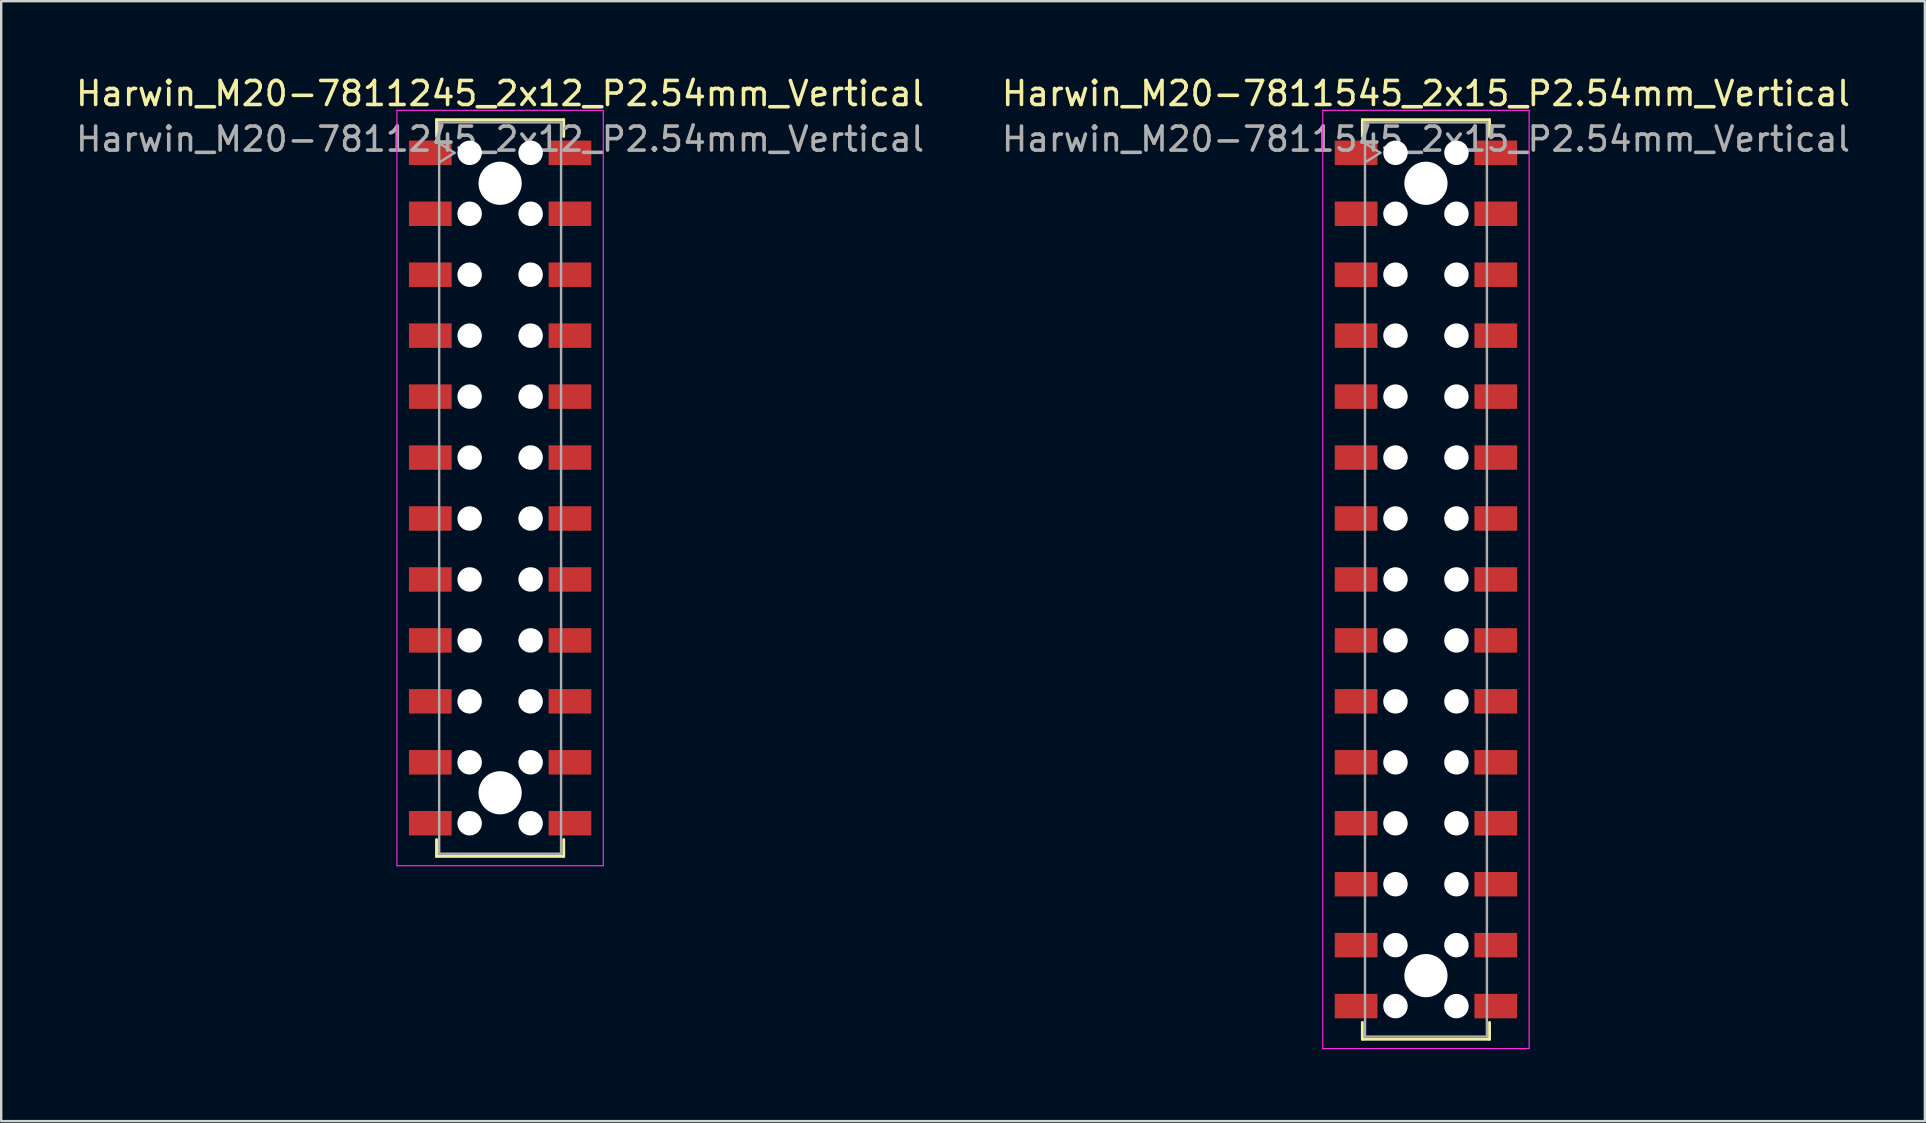
<source format=kicad_pcb>
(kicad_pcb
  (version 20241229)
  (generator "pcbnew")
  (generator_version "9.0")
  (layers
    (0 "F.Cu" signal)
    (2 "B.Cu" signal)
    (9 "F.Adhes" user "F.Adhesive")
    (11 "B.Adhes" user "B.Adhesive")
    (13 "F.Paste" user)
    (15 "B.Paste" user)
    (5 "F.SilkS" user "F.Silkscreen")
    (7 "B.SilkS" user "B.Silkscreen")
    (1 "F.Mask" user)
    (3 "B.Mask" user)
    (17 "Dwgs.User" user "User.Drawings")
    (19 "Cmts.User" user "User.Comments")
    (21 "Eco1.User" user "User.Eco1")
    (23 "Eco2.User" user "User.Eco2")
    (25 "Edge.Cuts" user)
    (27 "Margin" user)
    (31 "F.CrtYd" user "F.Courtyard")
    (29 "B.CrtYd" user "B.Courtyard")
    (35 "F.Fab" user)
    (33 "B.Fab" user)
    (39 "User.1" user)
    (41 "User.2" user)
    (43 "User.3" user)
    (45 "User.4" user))
  (footprint "Harwin_M20-7811245_2x12_P2.54mm_Vertical"
    (layer "F.Cu")
    (at 17.792 17.288)
    (property "Reference" "Harwin_M20-7811245_2x12_P2.54mm_Vertical" (at 0 -16.44 0) (layer "F.SilkS") (effects (font (size 1 1) (thickness 0.15))))
    (attr smd)
    (fp_line (start -2.65 -15.35) (end 2.65 -15.35) (stroke (width 0.12) (type solid)) (layer "F.SilkS"))
    (fp_line (start -2.65 -14.65) (end -2.65 -15.35) (stroke (width 0.12) (type solid)) (layer "F.SilkS"))
    (fp_line (start -2.65 14.65) (end -2.65 15.35) (stroke (width 0.12) (type solid)) (layer "F.SilkS"))
    (fp_line (start -2.65 15.35) (end 2.65 15.35) (stroke (width 0.12) (type solid)) (layer "F.SilkS"))
    (fp_line (start 2.65 -15.35) (end 2.65 -14.65) (stroke (width 0.12) (type solid)) (layer "F.SilkS"))
    (fp_line (start 2.65 15.35) (end 2.65 14.65) (stroke (width 0.12) (type solid)) (layer "F.SilkS"))
    (fp_line (start -4.3 -15.74) (end 4.3 -15.74) (stroke (width 0.05) (type solid)) (layer "F.CrtYd"))
    (fp_line (start -4.3 15.74) (end -4.3 -15.74) (stroke (width 0.05) (type solid)) (layer "F.CrtYd"))
    (fp_line (start 4.3 -15.74) (end 4.3 15.74) (stroke (width 0.05) (type solid)) (layer "F.CrtYd"))
    (fp_line (start 4.3 15.74) (end -4.3 15.74) (stroke (width 0.05) (type solid)) (layer "F.CrtYd"))
    (fp_line (start -2.54 -15.24) (end 2.54 -15.24) (stroke (width 0.1) (type solid)) (layer "F.Fab"))
    (fp_line (start -2.54 -14.37) (end -1.9 -13.97) (stroke (width 0.1) (type solid)) (layer "F.Fab"))
    (fp_line (start -2.54 15.24) (end -2.54 -15.24) (stroke (width 0.1) (type solid)) (layer "F.Fab"))
    (fp_line (start -1.9 -13.97) (end -2.54 -13.57) (stroke (width 0.1) (type solid)) (layer "F.Fab"))
    (fp_line (start 2.54 -15.24) (end 2.54 15.24) (stroke (width 0.1) (type solid)) (layer "F.Fab"))
    (fp_line (start 2.54 15.24) (end -2.54 15.24) (stroke (width 0.1) (type solid)) (layer "F.Fab"))
    (fp_text user "${REFERENCE}" (at 0 -14.54 0) (layer "F.Fab") (effects (font (size 1 1) (thickness 0.15))))
    (pad "" np_thru_hole circle (at -1.27 -13.97) (size 1.02 1.02) (drill 1.02) (layers "*.Cu" "*.Mask"))
    (pad "" np_thru_hole circle (at -1.27 -11.43) (size 1.02 1.02) (drill 1.02) (layers "*.Cu" "*.Mask"))
    (pad "" np_thru_hole circle (at -1.27 -8.89) (size 1.02 1.02) (drill 1.02) (layers "*.Cu" "*.Mask"))
    (pad "" np_thru_hole circle (at -1.27 -6.35) (size 1.02 1.02) (drill 1.02) (layers "*.Cu" "*.Mask"))
    (pad "" np_thru_hole circle (at -1.27 -3.81) (size 1.02 1.02) (drill 1.02) (layers "*.Cu" "*.Mask"))
    (pad "" np_thru_hole circle (at -1.27 -1.27) (size 1.02 1.02) (drill 1.02) (layers "*.Cu" "*.Mask"))
    (pad "" np_thru_hole circle (at -1.27 1.27) (size 1.02 1.02) (drill 1.02) (layers "*.Cu" "*.Mask"))
    (pad "" np_thru_hole circle (at -1.27 3.81) (size 1.02 1.02) (drill 1.02) (layers "*.Cu" "*.Mask"))
    (pad "" np_thru_hole circle (at -1.27 6.35) (size 1.02 1.02) (drill 1.02) (layers "*.Cu" "*.Mask"))
    (pad "" np_thru_hole circle (at -1.27 8.89) (size 1.02 1.02) (drill 1.02) (layers "*.Cu" "*.Mask"))
    (pad "" np_thru_hole circle (at -1.27 11.43) (size 1.02 1.02) (drill 1.02) (layers "*.Cu" "*.Mask"))
    (pad "" np_thru_hole circle (at -1.27 13.97) (size 1.02 1.02) (drill 1.02) (layers "*.Cu" "*.Mask"))
    (pad "" np_thru_hole circle (at 0 -12.7) (size 1.8 1.8) (drill 1.8) (layers "*.Cu" "*.Mask"))
    (pad "" np_thru_hole circle (at 0 12.7) (size 1.8 1.8) (drill 1.8) (layers "*.Cu" "*.Mask"))
    (pad "" np_thru_hole circle (at 1.27 -13.97) (size 1.02 1.02) (drill 1.02) (layers "*.Cu" "*.Mask"))
    (pad "" np_thru_hole circle (at 1.27 -11.43) (size 1.02 1.02) (drill 1.02) (layers "*.Cu" "*.Mask"))
    (pad "" np_thru_hole circle (at 1.27 -8.89) (size 1.02 1.02) (drill 1.02) (layers "*.Cu" "*.Mask"))
    (pad "" np_thru_hole circle (at 1.27 -6.35) (size 1.02 1.02) (drill 1.02) (layers "*.Cu" "*.Mask"))
    (pad "" np_thru_hole circle (at 1.27 -3.81) (size 1.02 1.02) (drill 1.02) (layers "*.Cu" "*.Mask"))
    (pad "" np_thru_hole circle (at 1.27 -1.27) (size 1.02 1.02) (drill 1.02) (layers "*.Cu" "*.Mask"))
    (pad "" np_thru_hole circle (at 1.27 1.27) (size 1.02 1.02) (drill 1.02) (layers "*.Cu" "*.Mask"))
    (pad "" np_thru_hole circle (at 1.27 3.81) (size 1.02 1.02) (drill 1.02) (layers "*.Cu" "*.Mask"))
    (pad "" np_thru_hole circle (at 1.27 6.35) (size 1.02 1.02) (drill 1.02) (layers "*.Cu" "*.Mask"))
    (pad "" np_thru_hole circle (at 1.27 8.89) (size 1.02 1.02) (drill 1.02) (layers "*.Cu" "*.Mask"))
    (pad "" np_thru_hole circle (at 1.27 11.43) (size 1.02 1.02) (drill 1.02) (layers "*.Cu" "*.Mask"))
    (pad "" np_thru_hole circle (at 1.27 13.97) (size 1.02 1.02) (drill 1.02) (layers "*.Cu" "*.Mask"))
    (pad "1" smd rect (at -2.91 -13.97) (size 1.78 1.02) (layers "F.Cu" "F.Mask" "F.Paste"))
    (pad "2" smd rect (at -2.91 -11.43) (size 1.78 1.02) (layers "F.Cu" "F.Mask" "F.Paste"))
    (pad "3" smd rect (at -2.91 -8.89) (size 1.78 1.02) (layers "F.Cu" "F.Mask" "F.Paste"))
    (pad "4" smd rect (at -2.91 -6.35) (size 1.78 1.02) (layers "F.Cu" "F.Mask" "F.Paste"))
    (pad "5" smd rect (at -2.91 -3.81) (size 1.78 1.02) (layers "F.Cu" "F.Mask" "F.Paste"))
    (pad "6" smd rect (at -2.91 -1.27) (size 1.78 1.02) (layers "F.Cu" "F.Mask" "F.Paste"))
    (pad "7" smd rect (at -2.91 1.27) (size 1.78 1.02) (layers "F.Cu" "F.Mask" "F.Paste"))
    (pad "8" smd rect (at -2.91 3.81) (size 1.78 1.02) (layers "F.Cu" "F.Mask" "F.Paste"))
    (pad "9" smd rect (at -2.91 6.35) (size 1.78 1.02) (layers "F.Cu" "F.Mask" "F.Paste"))
    (pad "10" smd rect (at -2.91 8.89) (size 1.78 1.02) (layers "F.Cu" "F.Mask" "F.Paste"))
    (pad "11" smd rect (at -2.91 11.43) (size 1.78 1.02) (layers "F.Cu" "F.Mask" "F.Paste"))
    (pad "12" smd rect (at -2.91 13.97) (size 1.78 1.02) (layers "F.Cu" "F.Mask" "F.Paste"))
    (pad "13" smd rect (at 2.91 -13.97) (size 1.78 1.02) (layers "F.Cu" "F.Mask" "F.Paste"))
    (pad "14" smd rect (at 2.91 -11.43) (size 1.78 1.02) (layers "F.Cu" "F.Mask" "F.Paste"))
    (pad "15" smd rect (at 2.91 -8.89) (size 1.78 1.02) (layers "F.Cu" "F.Mask" "F.Paste"))
    (pad "16" smd rect (at 2.91 -6.35) (size 1.78 1.02) (layers "F.Cu" "F.Mask" "F.Paste"))
    (pad "17" smd rect (at 2.91 -3.81) (size 1.78 1.02) (layers "F.Cu" "F.Mask" "F.Paste"))
    (pad "18" smd rect (at 2.91 -1.27) (size 1.78 1.02) (layers "F.Cu" "F.Mask" "F.Paste"))
    (pad "19" smd rect (at 2.91 1.27) (size 1.78 1.02) (layers "F.Cu" "F.Mask" "F.Paste"))
    (pad "20" smd rect (at 2.91 3.81) (size 1.78 1.02) (layers "F.Cu" "F.Mask" "F.Paste"))
    (pad "21" smd rect (at 2.91 6.35) (size 1.78 1.02) (layers "F.Cu" "F.Mask" "F.Paste"))
    (pad "22" smd rect (at 2.91 8.89) (size 1.78 1.02) (layers "F.Cu" "F.Mask" "F.Paste"))
    (pad "23" smd rect (at 2.91 11.43) (size 1.78 1.02) (layers "F.Cu" "F.Mask" "F.Paste"))
    (pad "24" smd rect (at 2.91 13.97) (size 1.78 1.02) (layers "F.Cu" "F.Mask" "F.Paste")))
  (footprint "Harwin_M20-7811545_2x15_P2.54mm_Vertical"
    (layer "F.Cu")
    (at 56.375 21.098)
    (property "Reference" "Harwin_M20-7811545_2x15_P2.54mm_Vertical" (at 0 -20.25 0) (layer "F.SilkS") (effects (font (size 1 1) (thickness 0.15))))
    (attr smd)
    (fp_line (start -2.65 -19.16) (end 2.65 -19.16) (stroke (width 0.12) (type solid)) (layer "F.SilkS"))
    (fp_line (start -2.65 -18.46) (end -2.65 -19.16) (stroke (width 0.12) (type solid)) (layer "F.SilkS"))
    (fp_line (start -2.65 18.46) (end -2.65 19.16) (stroke (width 0.12) (type solid)) (layer "F.SilkS"))
    (fp_line (start -2.65 19.16) (end 2.65 19.16) (stroke (width 0.12) (type solid)) (layer "F.SilkS"))
    (fp_line (start 2.65 -19.16) (end 2.65 -18.46) (stroke (width 0.12) (type solid)) (layer "F.SilkS"))
    (fp_line (start 2.65 19.16) (end 2.65 18.46) (stroke (width 0.12) (type solid)) (layer "F.SilkS"))
    (fp_line (start -4.3 -19.55) (end 4.3 -19.55) (stroke (width 0.05) (type solid)) (layer "F.CrtYd"))
    (fp_line (start -4.3 19.55) (end -4.3 -19.55) (stroke (width 0.05) (type solid)) (layer "F.CrtYd"))
    (fp_line (start 4.3 -19.55) (end 4.3 19.55) (stroke (width 0.05) (type solid)) (layer "F.CrtYd"))
    (fp_line (start 4.3 19.55) (end -4.3 19.55) (stroke (width 0.05) (type solid)) (layer "F.CrtYd"))
    (fp_line (start -2.54 -19.05) (end 2.54 -19.05) (stroke (width 0.1) (type solid)) (layer "F.Fab"))
    (fp_line (start -2.54 -18.18) (end -1.9 -17.78) (stroke (width 0.1) (type solid)) (layer "F.Fab"))
    (fp_line (start -2.54 19.05) (end -2.54 -19.05) (stroke (width 0.1) (type solid)) (layer "F.Fab"))
    (fp_line (start -1.9 -17.78) (end -2.54 -17.38) (stroke (width 0.1) (type solid)) (layer "F.Fab"))
    (fp_line (start 2.54 -19.05) (end 2.54 19.05) (stroke (width 0.1) (type solid)) (layer "F.Fab"))
    (fp_line (start 2.54 19.05) (end -2.54 19.05) (stroke (width 0.1) (type solid)) (layer "F.Fab"))
    (fp_text user "${REFERENCE}" (at 0 -18.35 0) (layer "F.Fab") (effects (font (size 1 1) (thickness 0.15))))
    (pad "" np_thru_hole circle (at -1.27 -17.78) (size 1.02 1.02) (drill 1.02) (layers "*.Cu" "*.Mask"))
    (pad "" np_thru_hole circle (at -1.27 -15.24) (size 1.02 1.02) (drill 1.02) (layers "*.Cu" "*.Mask"))
    (pad "" np_thru_hole circle (at -1.27 -12.7) (size 1.02 1.02) (drill 1.02) (layers "*.Cu" "*.Mask"))
    (pad "" np_thru_hole circle (at -1.27 -10.16) (size 1.02 1.02) (drill 1.02) (layers "*.Cu" "*.Mask"))
    (pad "" np_thru_hole circle (at -1.27 -7.62) (size 1.02 1.02) (drill 1.02) (layers "*.Cu" "*.Mask"))
    (pad "" np_thru_hole circle (at -1.27 -5.08) (size 1.02 1.02) (drill 1.02) (layers "*.Cu" "*.Mask"))
    (pad "" np_thru_hole circle (at -1.27 -2.54) (size 1.02 1.02) (drill 1.02) (layers "*.Cu" "*.Mask"))
    (pad "" np_thru_hole circle (at -1.27 0) (size 1.02 1.02) (drill 1.02) (layers "*.Cu" "*.Mask"))
    (pad "" np_thru_hole circle (at -1.27 2.54) (size 1.02 1.02) (drill 1.02) (layers "*.Cu" "*.Mask"))
    (pad "" np_thru_hole circle (at -1.27 5.08) (size 1.02 1.02) (drill 1.02) (layers "*.Cu" "*.Mask"))
    (pad "" np_thru_hole circle (at -1.27 7.62) (size 1.02 1.02) (drill 1.02) (layers "*.Cu" "*.Mask"))
    (pad "" np_thru_hole circle (at -1.27 10.16) (size 1.02 1.02) (drill 1.02) (layers "*.Cu" "*.Mask"))
    (pad "" np_thru_hole circle (at -1.27 12.7) (size 1.02 1.02) (drill 1.02) (layers "*.Cu" "*.Mask"))
    (pad "" np_thru_hole circle (at -1.27 15.24) (size 1.02 1.02) (drill 1.02) (layers "*.Cu" "*.Mask"))
    (pad "" np_thru_hole circle (at -1.27 17.78) (size 1.02 1.02) (drill 1.02) (layers "*.Cu" "*.Mask"))
    (pad "" np_thru_hole circle (at 0 -16.51) (size 1.8 1.8) (drill 1.8) (layers "*.Cu" "*.Mask"))
    (pad "" np_thru_hole circle (at 0 16.51) (size 1.8 1.8) (drill 1.8) (layers "*.Cu" "*.Mask"))
    (pad "" np_thru_hole circle (at 1.27 -17.78) (size 1.02 1.02) (drill 1.02) (layers "*.Cu" "*.Mask"))
    (pad "" np_thru_hole circle (at 1.27 -15.24) (size 1.02 1.02) (drill 1.02) (layers "*.Cu" "*.Mask"))
    (pad "" np_thru_hole circle (at 1.27 -12.7) (size 1.02 1.02) (drill 1.02) (layers "*.Cu" "*.Mask"))
    (pad "" np_thru_hole circle (at 1.27 -10.16) (size 1.02 1.02) (drill 1.02) (layers "*.Cu" "*.Mask"))
    (pad "" np_thru_hole circle (at 1.27 -7.62) (size 1.02 1.02) (drill 1.02) (layers "*.Cu" "*.Mask"))
    (pad "" np_thru_hole circle (at 1.27 -5.08) (size 1.02 1.02) (drill 1.02) (layers "*.Cu" "*.Mask"))
    (pad "" np_thru_hole circle (at 1.27 -2.54) (size 1.02 1.02) (drill 1.02) (layers "*.Cu" "*.Mask"))
    (pad "" np_thru_hole circle (at 1.27 0) (size 1.02 1.02) (drill 1.02) (layers "*.Cu" "*.Mask"))
    (pad "" np_thru_hole circle (at 1.27 2.54) (size 1.02 1.02) (drill 1.02) (layers "*.Cu" "*.Mask"))
    (pad "" np_thru_hole circle (at 1.27 5.08) (size 1.02 1.02) (drill 1.02) (layers "*.Cu" "*.Mask"))
    (pad "" np_thru_hole circle (at 1.27 7.62) (size 1.02 1.02) (drill 1.02) (layers "*.Cu" "*.Mask"))
    (pad "" np_thru_hole circle (at 1.27 10.16) (size 1.02 1.02) (drill 1.02) (layers "*.Cu" "*.Mask"))
    (pad "" np_thru_hole circle (at 1.27 12.7) (size 1.02 1.02) (drill 1.02) (layers "*.Cu" "*.Mask"))
    (pad "" np_thru_hole circle (at 1.27 15.24) (size 1.02 1.02) (drill 1.02) (layers "*.Cu" "*.Mask"))
    (pad "" np_thru_hole circle (at 1.27 17.78) (size 1.02 1.02) (drill 1.02) (layers "*.Cu" "*.Mask"))
    (pad "1" smd rect (at -2.91 -17.78) (size 1.78 1.02) (layers "F.Cu" "F.Mask" "F.Paste"))
    (pad "2" smd rect (at -2.91 -15.24) (size 1.78 1.02) (layers "F.Cu" "F.Mask" "F.Paste"))
    (pad "3" smd rect (at -2.91 -12.7) (size 1.78 1.02) (layers "F.Cu" "F.Mask" "F.Paste"))
    (pad "4" smd rect (at -2.91 -10.16) (size 1.78 1.02) (layers "F.Cu" "F.Mask" "F.Paste"))
    (pad "5" smd rect (at -2.91 -7.62) (size 1.78 1.02) (layers "F.Cu" "F.Mask" "F.Paste"))
    (pad "6" smd rect (at -2.91 -5.08) (size 1.78 1.02) (layers "F.Cu" "F.Mask" "F.Paste"))
    (pad "7" smd rect (at -2.91 -2.54) (size 1.78 1.02) (layers "F.Cu" "F.Mask" "F.Paste"))
    (pad "8" smd rect (at -2.91 0) (size 1.78 1.02) (layers "F.Cu" "F.Mask" "F.Paste"))
    (pad "9" smd rect (at -2.91 2.54) (size 1.78 1.02) (layers "F.Cu" "F.Mask" "F.Paste"))
    (pad "10" smd rect (at -2.91 5.08) (size 1.78 1.02) (layers "F.Cu" "F.Mask" "F.Paste"))
    (pad "11" smd rect (at -2.91 7.62) (size 1.78 1.02) (layers "F.Cu" "F.Mask" "F.Paste"))
    (pad "12" smd rect (at -2.91 10.16) (size 1.78 1.02) (layers "F.Cu" "F.Mask" "F.Paste"))
    (pad "13" smd rect (at -2.91 12.7) (size 1.78 1.02) (layers "F.Cu" "F.Mask" "F.Paste"))
    (pad "14" smd rect (at -2.91 15.24) (size 1.78 1.02) (layers "F.Cu" "F.Mask" "F.Paste"))
    (pad "15" smd rect (at -2.91 17.78) (size 1.78 1.02) (layers "F.Cu" "F.Mask" "F.Paste"))
    (pad "16" smd rect (at 2.91 -17.78) (size 1.78 1.02) (layers "F.Cu" "F.Mask" "F.Paste"))
    (pad "17" smd rect (at 2.91 -15.24) (size 1.78 1.02) (layers "F.Cu" "F.Mask" "F.Paste"))
    (pad "18" smd rect (at 2.91 -12.7) (size 1.78 1.02) (layers "F.Cu" "F.Mask" "F.Paste"))
    (pad "19" smd rect (at 2.91 -10.16) (size 1.78 1.02) (layers "F.Cu" "F.Mask" "F.Paste"))
    (pad "20" smd rect (at 2.91 -7.62) (size 1.78 1.02) (layers "F.Cu" "F.Mask" "F.Paste"))
    (pad "21" smd rect (at 2.91 -5.08) (size 1.78 1.02) (layers "F.Cu" "F.Mask" "F.Paste"))
    (pad "22" smd rect (at 2.91 -2.54) (size 1.78 1.02) (layers "F.Cu" "F.Mask" "F.Paste"))
    (pad "23" smd rect (at 2.91 0) (size 1.78 1.02) (layers "F.Cu" "F.Mask" "F.Paste"))
    (pad "24" smd rect (at 2.91 2.54) (size 1.78 1.02) (layers "F.Cu" "F.Mask" "F.Paste"))
    (pad "25" smd rect (at 2.91 5.08) (size 1.78 1.02) (layers "F.Cu" "F.Mask" "F.Paste"))
    (pad "26" smd rect (at 2.91 7.62) (size 1.78 1.02) (layers "F.Cu" "F.Mask" "F.Paste"))
    (pad "27" smd rect (at 2.91 10.16) (size 1.78 1.02) (layers "F.Cu" "F.Mask" "F.Paste"))
    (pad "28" smd rect (at 2.91 12.7) (size 1.78 1.02) (layers "F.Cu" "F.Mask" "F.Paste"))
    (pad "29" smd rect (at 2.91 15.24) (size 1.78 1.02) (layers "F.Cu" "F.Mask" "F.Paste"))
    (pad "30" smd rect (at 2.91 17.78) (size 1.78 1.02) (layers "F.Cu" "F.Mask" "F.Paste")))
  (gr_rect
    (start -3 -3)
    (end 77.167 43.673)
    (stroke (width 0.1) (type default))
    (fill no)
    (layer "Edge.Cuts")))
</source>
